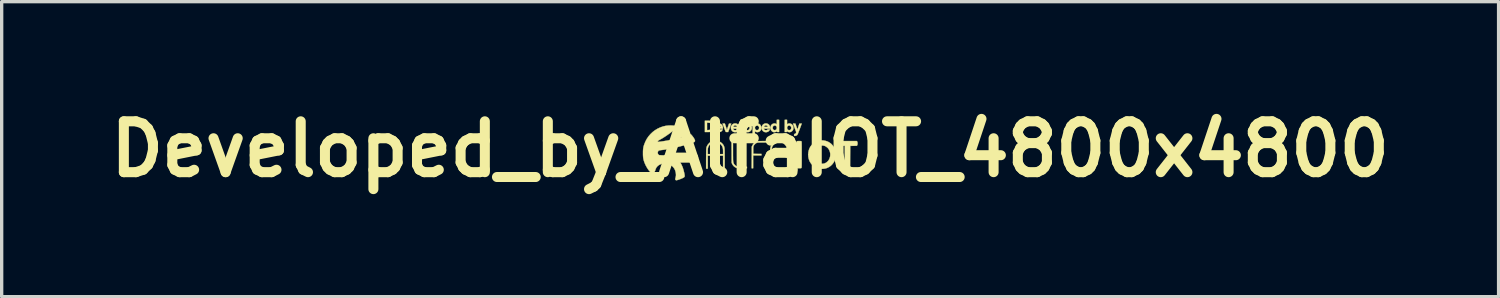
<source format=kicad_pcb>
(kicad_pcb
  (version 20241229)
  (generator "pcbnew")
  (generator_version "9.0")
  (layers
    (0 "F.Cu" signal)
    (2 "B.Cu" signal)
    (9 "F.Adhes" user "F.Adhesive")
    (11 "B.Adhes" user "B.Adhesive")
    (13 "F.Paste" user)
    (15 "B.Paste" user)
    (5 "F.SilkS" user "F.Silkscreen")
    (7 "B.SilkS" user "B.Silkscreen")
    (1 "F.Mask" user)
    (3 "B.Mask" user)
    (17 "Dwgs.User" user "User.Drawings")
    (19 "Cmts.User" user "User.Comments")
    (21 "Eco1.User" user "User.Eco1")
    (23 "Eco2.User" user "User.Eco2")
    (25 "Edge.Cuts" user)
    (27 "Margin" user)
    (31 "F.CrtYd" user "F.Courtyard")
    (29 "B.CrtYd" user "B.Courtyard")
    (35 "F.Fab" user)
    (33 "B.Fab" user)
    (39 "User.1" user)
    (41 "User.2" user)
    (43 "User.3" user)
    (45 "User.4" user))
  (footprint "Developed_by_AlfaIOT_4800x4800"
    (layer "F.Cu")
    (at 19.42 1.418)
    (property "Reference" "Developed_by_AlfaIOT_4800x4800" (at 0 0 0) (layer "F.SilkS") (effects (font (size 1.524 1.524) (thickness 0.3))))
    (attr through_hole)
    (fp_poly (pts (xy -0.228 -0.513) (xy -0.291 -0.513) (xy -0.291 -0.878) (xy -0.228 -0.878) (xy -0.228 -0.513)) (stroke (width 0.01) (type solid)) (fill yes) (layer "F.SilkS"))
    (fp_poly (pts (xy 3.206 -0.229) (xy 3.213 -0.214) (xy 3.217 -0.192) (xy 3.218 -0.168) (xy 3.216 -0.144) (xy 3.211 -0.124) (xy 3.206 -0.115) (xy 3.196 -0.101) (xy 3.097 -0.099) (xy 2.998 -0.098) (xy 2.996 0.237) (xy 2.995 0.572) (xy 2.836 0.572) (xy 2.836 -0.101) (xy 2.641 -0.101) (xy 2.63 -0.114) (xy 2.625 -0.124) (xy 2.621 -0.135) (xy 2.62 -0.152) (xy 2.619 -0.172) (xy 2.62 -0.195) (xy 2.622 -0.211) (xy 2.625 -0.222) (xy 2.63 -0.229) (xy 2.641 -0.243) (xy 3.195 -0.243) (xy 3.206 -0.229)) (stroke (width 0.01) (type solid)) (fill yes) (layer "F.SilkS"))
    (fp_poly (pts (xy -0.726 -0.673) (xy -0.695 -0.58) (xy -0.664 -0.672) (xy -0.632 -0.765) (xy -0.599 -0.766) (xy -0.58 -0.767) (xy -0.57 -0.765) (xy -0.567 -0.762) (xy -0.567 -0.761) (xy -0.569 -0.754) (xy -0.575 -0.738) (xy -0.583 -0.716) (xy -0.593 -0.688) (xy -0.605 -0.656) (xy -0.614 -0.633) (xy -0.659 -0.513) (xy -0.695 -0.513) (xy -0.714 -0.514) (xy -0.725 -0.515) (xy -0.731 -0.519) (xy -0.735 -0.525) (xy -0.736 -0.528) (xy -0.752 -0.569) (xy -0.767 -0.61) (xy -0.782 -0.648) (xy -0.795 -0.683) (xy -0.806 -0.713) (xy -0.815 -0.737) (xy -0.822 -0.755) (xy -0.825 -0.764) (xy -0.826 -0.765) (xy -0.821 -0.766) (xy -0.808 -0.767) (xy -0.792 -0.767) (xy -0.758 -0.767) (xy -0.726 -0.673)) (stroke (width 0.01) (type solid)) (fill yes) (layer "F.SilkS"))
    (fp_poly (pts (xy -0.513 0.052) (xy -0.513 0.125) (xy -0.513 0.19) (xy -0.512 0.246) (xy -0.512 0.293) (xy -0.511 0.33) (xy -0.509 0.358) (xy -0.508 0.375) (xy -0.508 0.379) (xy -0.495 0.422) (xy -0.474 0.458) (xy -0.445 0.487) (xy -0.409 0.509) (xy -0.366 0.523) (xy -0.366 0.523) (xy -0.352 0.525) (xy -0.329 0.527) (xy -0.299 0.528) (xy -0.263 0.529) (xy -0.224 0.529) (xy -0.217 0.529) (xy -0.095 0.529) (xy -0.095 0.572) (xy -0.237 0.571) (xy -0.287 0.571) (xy -0.328 0.57) (xy -0.36 0.569) (xy -0.382 0.567) (xy -0.397 0.565) (xy -0.4 0.564) (xy -0.445 0.545) (xy -0.483 0.517) (xy -0.515 0.481) (xy -0.536 0.446) (xy -0.553 0.41) (xy -0.554 0.083) (xy -0.556 -0.243) (xy -0.513 -0.243) (xy -0.513 0.052)) (stroke (width 0.01) (type solid)) (fill yes) (layer "F.SilkS"))
    (fp_poly (pts (xy 0.513 -0.202) (xy 0.366 -0.2) (xy 0.323 -0.2) (xy 0.289 -0.199) (xy 0.262 -0.198) (xy 0.242 -0.197) (xy 0.227 -0.196) (xy 0.216 -0.194) (xy 0.207 -0.192) (xy 0.198 -0.189) (xy 0.192 -0.186) (xy 0.166 -0.17) (xy 0.14 -0.147) (xy 0.118 -0.121) (xy 0.103 -0.094) (xy 0.103 -0.093) (xy 0.099 -0.082) (xy 0.097 -0.07) (xy 0.095 -0.056) (xy 0.093 -0.037) (xy 0.093 -0.011) (xy 0.093 0.022) (xy 0.093 0.037) (xy 0.093 0.14) (xy 0.216 0.142) (xy 0.339 0.143) (xy 0.339 0.185) (xy 0.09 0.185) (xy 0.09 0.572) (xy 0.047 0.572) (xy 0.049 0.247) (xy 0.05 -0.077) (xy 0.07 -0.117) (xy 0.096 -0.159) (xy 0.129 -0.193) (xy 0.17 -0.219) (xy 0.179 -0.224) (xy 0.214 -0.241) (xy 0.513 -0.244) (xy 0.513 -0.202)) (stroke (width 0.01) (type solid)) (fill yes) (layer "F.SilkS"))
    (fp_poly (pts (xy -1.231 -0.851) (xy -1.196 -0.847) (xy -1.167 -0.841) (xy -1.144 -0.831) (xy -1.126 -0.816) (xy -1.11 -0.796) (xy -1.101 -0.782) (xy -1.086 -0.746) (xy -1.078 -0.708) (xy -1.077 -0.669) (xy -1.083 -0.631) (xy -1.095 -0.596) (xy -1.113 -0.566) (xy -1.137 -0.543) (xy -1.142 -0.539) (xy -1.158 -0.53) (xy -1.174 -0.523) (xy -1.191 -0.518) (xy -1.212 -0.515) (xy -1.239 -0.514) (xy -1.274 -0.513) (xy -1.279 -0.513) (xy -1.355 -0.513) (xy -1.355 -0.57) (xy -1.291 -0.57) (xy -1.246 -0.573) (xy -1.215 -0.577) (xy -1.193 -0.582) (xy -1.184 -0.586) (xy -1.167 -0.6) (xy -1.155 -0.621) (xy -1.148 -0.648) (xy -1.146 -0.684) (xy -1.146 -0.685) (xy -1.148 -0.721) (xy -1.155 -0.748) (xy -1.168 -0.768) (xy -1.188 -0.781) (xy -1.216 -0.789) (xy -1.246 -0.792) (xy -1.291 -0.795) (xy -1.291 -0.57) (xy -1.355 -0.57) (xy -1.355 -0.852) (xy -1.276 -0.852) (xy -1.231 -0.851)) (stroke (width 0.01) (type solid)) (fill yes) (layer "F.SilkS"))
    (fp_poly (pts (xy -0.026 -0.761) (xy -0.009 -0.751) (xy 0.018 -0.729) (xy 0.037 -0.7) (xy 0.048 -0.668) (xy 0.052 -0.635) (xy 0.046 -0.602) (xy 0.033 -0.57) (xy 0.01 -0.543) (xy 0.007 -0.54) (xy -0.023 -0.519) (xy -0.057 -0.509) (xy -0.091 -0.509) (xy -0.127 -0.519) (xy -0.13 -0.521) (xy -0.16 -0.54) (xy -0.182 -0.566) (xy -0.196 -0.599) (xy -0.201 -0.637) (xy -0.201 -0.637) (xy -0.138 -0.637) (xy -0.133 -0.614) (xy -0.121 -0.592) (xy -0.105 -0.577) (xy -0.083 -0.568) (xy -0.061 -0.571) (xy -0.04 -0.583) (xy -0.035 -0.587) (xy -0.022 -0.607) (xy -0.016 -0.631) (xy -0.017 -0.656) (xy -0.026 -0.68) (xy -0.04 -0.698) (xy -0.041 -0.699) (xy -0.059 -0.707) (xy -0.08 -0.709) (xy -0.101 -0.705) (xy -0.108 -0.701) (xy -0.119 -0.689) (xy -0.129 -0.671) (xy -0.136 -0.651) (xy -0.138 -0.637) (xy -0.201 -0.637) (xy -0.201 -0.641) (xy -0.197 -0.676) (xy -0.186 -0.705) (xy -0.166 -0.731) (xy -0.157 -0.739) (xy -0.126 -0.76) (xy -0.093 -0.77) (xy -0.06 -0.77) (xy -0.026 -0.761)) (stroke (width 0.01) (type solid)) (fill yes) (layer "F.SilkS"))
    (fp_poly (pts (xy 0.246 -0.767) (xy 0.276 -0.754) (xy 0.3 -0.735) (xy 0.316 -0.711) (xy 0.327 -0.681) (xy 0.333 -0.648) (xy 0.333 -0.615) (xy 0.327 -0.587) (xy 0.326 -0.585) (xy 0.309 -0.555) (xy 0.285 -0.532) (xy 0.257 -0.517) (xy 0.226 -0.509) (xy 0.195 -0.511) (xy 0.168 -0.521) (xy 0.143 -0.533) (xy 0.143 -0.402) (xy 0.074 -0.402) (xy 0.075 -0.583) (xy 0.076 -0.648) (xy 0.144 -0.648) (xy 0.145 -0.624) (xy 0.154 -0.601) (xy 0.169 -0.583) (xy 0.19 -0.571) (xy 0.193 -0.57) (xy 0.213 -0.57) (xy 0.234 -0.576) (xy 0.242 -0.581) (xy 0.257 -0.596) (xy 0.266 -0.618) (xy 0.269 -0.642) (xy 0.265 -0.665) (xy 0.262 -0.672) (xy 0.246 -0.693) (xy 0.226 -0.705) (xy 0.205 -0.709) (xy 0.183 -0.704) (xy 0.164 -0.69) (xy 0.151 -0.672) (xy 0.144 -0.648) (xy 0.076 -0.648) (xy 0.077 -0.765) (xy 0.107 -0.766) (xy 0.124 -0.767) (xy 0.133 -0.766) (xy 0.137 -0.762) (xy 0.138 -0.755) (xy 0.138 -0.74) (xy 0.152 -0.75) (xy 0.182 -0.765) (xy 0.214 -0.77) (xy 0.246 -0.767)) (stroke (width 0.01) (type solid)) (fill yes) (layer "F.SilkS"))
    (fp_poly (pts (xy 0.868 -0.513) (xy 0.836 -0.513) (xy 0.818 -0.514) (xy 0.809 -0.515) (xy 0.805 -0.519) (xy 0.804 -0.524) (xy 0.803 -0.532) (xy 0.8 -0.534) (xy 0.791 -0.529) (xy 0.783 -0.523) (xy 0.765 -0.515) (xy 0.742 -0.51) (xy 0.717 -0.509) (xy 0.694 -0.512) (xy 0.685 -0.515) (xy 0.657 -0.533) (xy 0.633 -0.558) (xy 0.619 -0.583) (xy 0.61 -0.617) (xy 0.609 -0.64) (xy 0.674 -0.64) (xy 0.679 -0.613) (xy 0.68 -0.611) (xy 0.693 -0.588) (xy 0.712 -0.574) (xy 0.733 -0.569) (xy 0.757 -0.573) (xy 0.771 -0.58) (xy 0.787 -0.596) (xy 0.796 -0.62) (xy 0.798 -0.647) (xy 0.795 -0.666) (xy 0.788 -0.679) (xy 0.775 -0.692) (xy 0.762 -0.703) (xy 0.752 -0.708) (xy 0.739 -0.708) (xy 0.731 -0.708) (xy 0.707 -0.7) (xy 0.689 -0.685) (xy 0.677 -0.665) (xy 0.674 -0.64) (xy 0.609 -0.64) (xy 0.609 -0.652) (xy 0.616 -0.687) (xy 0.627 -0.712) (xy 0.649 -0.739) (xy 0.676 -0.758) (xy 0.706 -0.768) (xy 0.738 -0.77) (xy 0.769 -0.762) (xy 0.777 -0.758) (xy 0.799 -0.746) (xy 0.799 -0.878) (xy 0.868 -0.878) (xy 0.868 -0.513)) (stroke (width 0.01) (type solid)) (fill yes) (layer "F.SilkS"))
    (fp_poly (pts (xy 1.321 -0.766) (xy 1.321 -0.766) (xy 1.356 -0.765) (xy 1.386 -0.675) (xy 1.417 -0.585) (xy 1.446 -0.675) (xy 1.476 -0.765) (xy 1.51 -0.766) (xy 1.528 -0.767) (xy 1.541 -0.766) (xy 1.545 -0.765) (xy 1.543 -0.759) (xy 1.538 -0.744) (xy 1.53 -0.723) (xy 1.52 -0.696) (xy 1.509 -0.665) (xy 1.496 -0.631) (xy 1.483 -0.596) (xy 1.47 -0.562) (xy 1.457 -0.529) (xy 1.446 -0.5) (xy 1.436 -0.475) (xy 1.429 -0.457) (xy 1.424 -0.446) (xy 1.423 -0.444) (xy 1.407 -0.421) (xy 1.384 -0.406) (xy 1.355 -0.398) (xy 1.348 -0.398) (xy 1.318 -0.396) (xy 1.318 -0.425) (xy 1.318 -0.442) (xy 1.32 -0.451) (xy 1.324 -0.455) (xy 1.328 -0.455) (xy 1.349 -0.46) (xy 1.366 -0.474) (xy 1.372 -0.485) (xy 1.378 -0.498) (xy 1.381 -0.507) (xy 1.381 -0.508) (xy 1.379 -0.514) (xy 1.374 -0.529) (xy 1.366 -0.551) (xy 1.356 -0.578) (xy 1.344 -0.61) (xy 1.333 -0.638) (xy 1.321 -0.672) (xy 1.309 -0.703) (xy 1.299 -0.729) (xy 1.292 -0.749) (xy 1.287 -0.762) (xy 1.286 -0.765) (xy 1.291 -0.766) (xy 1.303 -0.767) (xy 1.321 -0.766)) (stroke (width 0.01) (type solid)) (fill yes) (layer "F.SilkS"))
    (fp_poly (pts (xy 1.106 -0.746) (xy 1.128 -0.758) (xy 1.159 -0.769) (xy 1.191 -0.769) (xy 1.222 -0.761) (xy 1.25 -0.744) (xy 1.273 -0.719) (xy 1.278 -0.712) (xy 1.287 -0.695) (xy 1.292 -0.678) (xy 1.295 -0.657) (xy 1.296 -0.648) (xy 1.296 -0.617) (xy 1.291 -0.592) (xy 1.281 -0.57) (xy 1.266 -0.55) (xy 1.24 -0.527) (xy 1.21 -0.513) (xy 1.178 -0.508) (xy 1.146 -0.514) (xy 1.129 -0.521) (xy 1.115 -0.528) (xy 1.105 -0.533) (xy 1.102 -0.534) (xy 1.101 -0.53) (xy 1.101 -0.524) (xy 1.1 -0.518) (xy 1.094 -0.515) (xy 1.083 -0.513) (xy 1.069 -0.513) (xy 1.037 -0.513) (xy 1.037 -0.632) (xy 1.107 -0.632) (xy 1.107 -0.631) (xy 1.115 -0.605) (xy 1.129 -0.585) (xy 1.148 -0.573) (xy 1.17 -0.569) (xy 1.194 -0.574) (xy 1.206 -0.58) (xy 1.22 -0.595) (xy 1.229 -0.617) (xy 1.232 -0.64) (xy 1.229 -0.664) (xy 1.225 -0.672) (xy 1.21 -0.692) (xy 1.191 -0.704) (xy 1.171 -0.709) (xy 1.15 -0.705) (xy 1.132 -0.695) (xy 1.118 -0.68) (xy 1.109 -0.658) (xy 1.107 -0.632) (xy 1.037 -0.632) (xy 1.037 -0.878) (xy 1.106 -0.878) (xy 1.106 -0.746)) (stroke (width 0.01) (type solid)) (fill yes) (layer "F.SilkS"))
    (fp_poly (pts (xy -0.911 -0.768) (xy -0.877 -0.755) (xy -0.867 -0.748) (xy -0.843 -0.727) (xy -0.827 -0.698) (xy -0.817 -0.663) (xy -0.816 -0.65) (xy -0.813 -0.614) (xy -1.006 -0.614) (xy -0.998 -0.598) (xy -0.983 -0.581) (xy -0.964 -0.571) (xy -0.941 -0.567) (xy -0.918 -0.57) (xy -0.899 -0.58) (xy -0.898 -0.581) (xy -0.888 -0.588) (xy -0.875 -0.592) (xy -0.856 -0.593) (xy -0.853 -0.593) (xy -0.836 -0.592) (xy -0.824 -0.59) (xy -0.82 -0.588) (xy -0.823 -0.582) (xy -0.83 -0.57) (xy -0.835 -0.56) (xy -0.856 -0.537) (xy -0.883 -0.52) (xy -0.914 -0.51) (xy -0.947 -0.508) (xy -0.98 -0.513) (xy -0.992 -0.518) (xy -1.023 -0.537) (xy -1.047 -0.564) (xy -1.062 -0.596) (xy -1.069 -0.633) (xy -1.069 -0.638) (xy -1.064 -0.672) (xy -1 -0.672) (xy -0.995 -0.67) (xy -0.981 -0.668) (xy -0.959 -0.667) (xy -0.939 -0.667) (xy -0.878 -0.667) (xy -0.886 -0.682) (xy -0.9 -0.698) (xy -0.919 -0.709) (xy -0.942 -0.713) (xy -0.952 -0.712) (xy -0.966 -0.707) (xy -0.981 -0.697) (xy -0.993 -0.686) (xy -1 -0.675) (xy -1 -0.672) (xy -1.064 -0.672) (xy -1.064 -0.675) (xy -1.051 -0.707) (xy -1.031 -0.733) (xy -1.006 -0.753) (xy -0.976 -0.766) (xy -0.944 -0.771) (xy -0.911 -0.768)) (stroke (width 0.01) (type solid)) (fill yes) (layer "F.SilkS"))
    (fp_poly (pts (xy -0.419 -0.768) (xy -0.385 -0.755) (xy -0.375 -0.748) (xy -0.351 -0.727) (xy -0.335 -0.698) (xy -0.325 -0.663) (xy -0.324 -0.65) (xy -0.321 -0.614) (xy -0.514 -0.614) (xy -0.505 -0.598) (xy -0.491 -0.581) (xy -0.471 -0.571) (xy -0.449 -0.567) (xy -0.426 -0.57) (xy -0.407 -0.58) (xy -0.405 -0.581) (xy -0.396 -0.588) (xy -0.383 -0.592) (xy -0.364 -0.593) (xy -0.361 -0.593) (xy -0.344 -0.592) (xy -0.332 -0.59) (xy -0.328 -0.588) (xy -0.331 -0.582) (xy -0.337 -0.57) (xy -0.343 -0.56) (xy -0.364 -0.537) (xy -0.391 -0.52) (xy -0.422 -0.51) (xy -0.455 -0.508) (xy -0.488 -0.513) (xy -0.5 -0.518) (xy -0.531 -0.537) (xy -0.555 -0.564) (xy -0.57 -0.596) (xy -0.576 -0.633) (xy -0.577 -0.638) (xy -0.572 -0.672) (xy -0.508 -0.672) (xy -0.503 -0.67) (xy -0.489 -0.668) (xy -0.467 -0.667) (xy -0.447 -0.667) (xy -0.386 -0.667) (xy -0.394 -0.682) (xy -0.407 -0.698) (xy -0.427 -0.709) (xy -0.45 -0.713) (xy -0.46 -0.712) (xy -0.474 -0.707) (xy -0.489 -0.697) (xy -0.501 -0.686) (xy -0.508 -0.675) (xy -0.508 -0.672) (xy -0.572 -0.672) (xy -0.572 -0.675) (xy -0.559 -0.707) (xy -0.539 -0.733) (xy -0.514 -0.753) (xy -0.484 -0.766) (xy -0.452 -0.771) (xy -0.419 -0.768)) (stroke (width 0.01) (type solid)) (fill yes) (layer "F.SilkS"))
    (fp_poly (pts (xy 0.502 -0.768) (xy 0.536 -0.755) (xy 0.546 -0.748) (xy 0.57 -0.727) (xy 0.586 -0.698) (xy 0.595 -0.663) (xy 0.597 -0.65) (xy 0.599 -0.614) (xy 0.407 -0.614) (xy 0.415 -0.598) (xy 0.429 -0.581) (xy 0.449 -0.571) (xy 0.472 -0.567) (xy 0.495 -0.57) (xy 0.514 -0.58) (xy 0.515 -0.581) (xy 0.525 -0.588) (xy 0.538 -0.592) (xy 0.557 -0.593) (xy 0.56 -0.593) (xy 0.577 -0.592) (xy 0.589 -0.59) (xy 0.593 -0.588) (xy 0.59 -0.582) (xy 0.583 -0.57) (xy 0.577 -0.56) (xy 0.557 -0.537) (xy 0.53 -0.52) (xy 0.498 -0.51) (xy 0.465 -0.508) (xy 0.433 -0.513) (xy 0.421 -0.518) (xy 0.39 -0.537) (xy 0.366 -0.564) (xy 0.35 -0.596) (xy 0.344 -0.633) (xy 0.344 -0.638) (xy 0.348 -0.672) (xy 0.413 -0.672) (xy 0.418 -0.67) (xy 0.432 -0.668) (xy 0.454 -0.667) (xy 0.474 -0.667) (xy 0.535 -0.667) (xy 0.527 -0.682) (xy 0.513 -0.698) (xy 0.493 -0.709) (xy 0.471 -0.713) (xy 0.461 -0.712) (xy 0.447 -0.707) (xy 0.432 -0.697) (xy 0.42 -0.686) (xy 0.413 -0.675) (xy 0.413 -0.672) (xy 0.348 -0.672) (xy 0.349 -0.675) (xy 0.362 -0.707) (xy 0.382 -0.733) (xy 0.407 -0.753) (xy 0.436 -0.766) (xy 0.469 -0.771) (xy 0.502 -0.768)) (stroke (width 0.01) (type solid)) (fill yes) (layer "F.SilkS"))
    (fp_poly (pts (xy 0.928 -0.251) (xy 0.949 -0.246) (xy 0.998 -0.228) (xy 1.042 -0.202) (xy 1.08 -0.169) (xy 1.11 -0.13) (xy 1.133 -0.086) (xy 1.147 -0.038) (xy 1.148 -0.029) (xy 1.149 -0.017) (xy 1.15 0.005) (xy 1.151 0.036) (xy 1.152 0.073) (xy 1.152 0.117) (xy 1.153 0.165) (xy 1.153 0.218) (xy 1.153 0.273) (xy 1.153 0.295) (xy 1.154 0.582) (xy 1.106 0.582) (xy 1.106 0.196) (xy 0.646 0.196) (xy 0.646 0.582) (xy 0.598 0.582) (xy 0.598 0.29) (xy 0.598 0.222) (xy 0.598 0.164) (xy 0.599 0.114) (xy 0.599 0.073) (xy 0.599 0.067) (xy 0.646 0.067) (xy 0.646 0.148) (xy 1.106 0.148) (xy 1.106 0.073) (xy 1.105 0.024) (xy 1.101 -0.015) (xy 1.094 -0.049) (xy 1.083 -0.078) (xy 1.067 -0.104) (xy 1.046 -0.13) (xy 1.038 -0.139) (xy 1.003 -0.169) (xy 0.963 -0.19) (xy 0.921 -0.204) (xy 0.877 -0.208) (xy 0.833 -0.205) (xy 0.791 -0.194) (xy 0.751 -0.175) (xy 0.716 -0.149) (xy 0.687 -0.114) (xy 0.679 -0.102) (xy 0.666 -0.078) (xy 0.657 -0.054) (xy 0.651 -0.028) (xy 0.647 0.003) (xy 0.646 0.041) (xy 0.646 0.067) (xy 0.599 0.067) (xy 0.6 0.038) (xy 0.601 0.009) (xy 0.603 -0.015) (xy 0.606 -0.034) (xy 0.609 -0.051) (xy 0.612 -0.065) (xy 0.617 -0.078) (xy 0.622 -0.09) (xy 0.628 -0.103) (xy 0.63 -0.106) (xy 0.647 -0.134) (xy 0.671 -0.163) (xy 0.698 -0.19) (xy 0.726 -0.212) (xy 0.744 -0.223) (xy 0.785 -0.24) (xy 0.832 -0.251) (xy 0.88 -0.254) (xy 0.928 -0.251)) (stroke (width 0.01) (type solid)) (fill yes) (layer "F.SilkS"))
    (fp_poly (pts (xy 1.495 -0.243) (xy 1.513 -0.242) (xy 1.525 -0.24) (xy 1.532 -0.237) (xy 1.536 -0.234) (xy 1.538 -0.231) (xy 1.54 -0.227) (xy 1.541 -0.221) (xy 1.542 -0.211) (xy 1.543 -0.198) (xy 1.543 -0.18) (xy 1.544 -0.157) (xy 1.544 -0.128) (xy 1.545 -0.093) (xy 1.545 -0.05) (xy 1.545 0.001) (xy 1.545 0.061) (xy 1.545 0.13) (xy 1.545 0.165) (xy 1.545 0.239) (xy 1.545 0.302) (xy 1.545 0.357) (xy 1.545 0.403) (xy 1.545 0.441) (xy 1.544 0.473) (xy 1.544 0.498) (xy 1.543 0.518) (xy 1.542 0.533) (xy 1.542 0.544) (xy 1.54 0.552) (xy 1.539 0.557) (xy 1.537 0.56) (xy 1.536 0.563) (xy 1.535 0.563) (xy 1.529 0.567) (xy 1.519 0.569) (xy 1.502 0.571) (xy 1.478 0.571) (xy 1.468 0.571) (xy 1.444 0.571) (xy 1.424 0.57) (xy 1.41 0.569) (xy 1.404 0.567) (xy 1.401 0.565) (xy 1.398 0.561) (xy 1.396 0.557) (xy 1.393 0.549) (xy 1.392 0.539) (xy 1.39 0.525) (xy 1.389 0.507) (xy 1.388 0.483) (xy 1.388 0.453) (xy 1.387 0.417) (xy 1.387 0.373) (xy 1.387 0.322) (xy 1.386 0.261) (xy 1.386 0.191) (xy 1.386 0.164) (xy 1.386 0.09) (xy 1.386 0.026) (xy 1.387 -0.028) (xy 1.387 -0.075) (xy 1.387 -0.114) (xy 1.388 -0.145) (xy 1.389 -0.171) (xy 1.39 -0.191) (xy 1.391 -0.207) (xy 1.393 -0.218) (xy 1.395 -0.226) (xy 1.397 -0.232) (xy 1.4 -0.236) (xy 1.403 -0.239) (xy 1.404 -0.239) (xy 1.412 -0.241) (xy 1.427 -0.242) (xy 1.449 -0.243) (xy 1.469 -0.243) (xy 1.495 -0.243)) (stroke (width 0.01) (type solid)) (fill yes) (layer "F.SilkS"))
    (fp_poly (pts (xy -0.988 -0.251) (xy -0.967 -0.246) (xy -0.921 -0.23) (xy -0.878 -0.205) (xy -0.841 -0.175) (xy -0.81 -0.139) (xy -0.792 -0.109) (xy -0.786 -0.096) (xy -0.781 -0.084) (xy -0.776 -0.071) (xy -0.773 -0.058) (xy -0.77 -0.042) (xy -0.767 -0.022) (xy -0.766 0.001) (xy -0.764 0.029) (xy -0.763 0.063) (xy -0.763 0.104) (xy -0.762 0.152) (xy -0.762 0.209) (xy -0.762 0.276) (xy -0.762 0.287) (xy -0.762 0.582) (xy -0.81 0.582) (xy -0.81 0.196) (xy -1.27 0.196) (xy -1.27 0.582) (xy -1.318 0.582) (xy -1.318 0.29) (xy -1.317 0.222) (xy -1.317 0.163) (xy -1.317 0.113) (xy -1.316 0.072) (xy -1.316 0.067) (xy -1.27 0.067) (xy -1.27 0.148) (xy -0.81 0.148) (xy -0.81 0.073) (xy -0.811 0.024) (xy -0.815 -0.015) (xy -0.822 -0.049) (xy -0.833 -0.078) (xy -0.848 -0.104) (xy -0.869 -0.13) (xy -0.877 -0.139) (xy -0.913 -0.169) (xy -0.953 -0.191) (xy -0.995 -0.204) (xy -1.039 -0.209) (xy -1.083 -0.205) (xy -1.125 -0.194) (xy -1.164 -0.175) (xy -1.199 -0.148) (xy -1.228 -0.114) (xy -1.238 -0.099) (xy -1.249 -0.076) (xy -1.258 -0.054) (xy -1.264 -0.03) (xy -1.268 -0.003) (xy -1.27 0.031) (xy -1.27 0.067) (xy -1.316 0.067) (xy -1.315 0.037) (xy -1.314 0.008) (xy -1.312 -0.016) (xy -1.31 -0.036) (xy -1.307 -0.052) (xy -1.303 -0.066) (xy -1.298 -0.079) (xy -1.293 -0.091) (xy -1.287 -0.104) (xy -1.285 -0.107) (xy -1.268 -0.134) (xy -1.245 -0.161) (xy -1.219 -0.188) (xy -1.192 -0.21) (xy -1.172 -0.223) (xy -1.13 -0.24) (xy -1.084 -0.251) (xy -1.035 -0.254) (xy -0.988 -0.251)) (stroke (width 0.01) (type solid)) (fill yes) (layer "F.SilkS"))
    (fp_poly (pts (xy 2.203 -0.26) (xy 2.269 -0.246) (xy 2.331 -0.224) (xy 2.386 -0.192) (xy 2.436 -0.153) (xy 2.478 -0.106) (xy 2.514 -0.052) (xy 2.542 0.009) (xy 2.552 0.041) (xy 2.558 0.07) (xy 2.562 0.106) (xy 2.564 0.147) (xy 2.564 0.188) (xy 2.562 0.228) (xy 2.558 0.262) (xy 2.554 0.28) (xy 2.532 0.343) (xy 2.501 0.4) (xy 2.463 0.451) (xy 2.419 0.495) (xy 2.368 0.532) (xy 2.313 0.56) (xy 2.262 0.577) (xy 2.224 0.584) (xy 2.182 0.589) (xy 2.14 0.59) (xy 2.102 0.588) (xy 2.091 0.587) (xy 2.027 0.572) (xy 1.967 0.548) (xy 1.913 0.515) (xy 1.864 0.474) (xy 1.821 0.426) (xy 1.787 0.371) (xy 1.775 0.346) (xy 1.755 0.289) (xy 1.743 0.226) (xy 1.739 0.164) (xy 1.905 0.164) (xy 1.91 0.219) (xy 1.923 0.271) (xy 1.945 0.317) (xy 1.975 0.358) (xy 2.012 0.392) (xy 2.056 0.418) (xy 2.077 0.427) (xy 2.116 0.436) (xy 2.159 0.439) (xy 2.202 0.434) (xy 2.224 0.429) (xy 2.267 0.41) (xy 2.305 0.383) (xy 2.338 0.35) (xy 2.364 0.311) (xy 2.383 0.267) (xy 2.396 0.221) (xy 2.401 0.172) (xy 2.399 0.123) (xy 2.388 0.074) (xy 2.37 0.028) (xy 2.35 -0.005) (xy 2.327 -0.034) (xy 2.297 -0.06) (xy 2.266 -0.082) (xy 2.239 -0.096) (xy 2.205 -0.105) (xy 2.168 -0.11) (xy 2.13 -0.11) (xy 2.095 -0.105) (xy 2.083 -0.101) (xy 2.036 -0.079) (xy 1.995 -0.049) (xy 1.96 -0.011) (xy 1.933 0.034) (xy 1.914 0.084) (xy 1.913 0.088) (xy 1.909 0.109) (xy 1.906 0.134) (xy 1.905 0.161) (xy 1.905 0.164) (xy 1.739 0.164) (xy 1.739 0.162) (xy 1.744 0.097) (xy 1.757 0.035) (xy 1.777 -0.023) (xy 1.778 -0.024) (xy 1.806 -0.076) (xy 1.844 -0.124) (xy 1.887 -0.167) (xy 1.935 -0.203) (xy 1.943 -0.208) (xy 1.992 -0.232) (xy 2.048 -0.249) (xy 2.106 -0.26) (xy 2.165 -0.263) (xy 2.203 -0.26)) (stroke (width 0.01) (type solid)) (fill yes) (layer "F.SilkS"))
    (fp_poly (pts (xy -2.304 -0.706) (xy -2.231 -0.697) (xy -2.194 -0.69) (xy -2.156 -0.681) (xy -2.188 -0.652) (xy -2.257 -0.592) (xy -2.332 -0.532) (xy -2.41 -0.473) (xy -2.489 -0.417) (xy -2.567 -0.365) (xy -2.642 -0.318) (xy -2.7 -0.286) (xy -2.73 -0.269) (xy -2.751 -0.256) (xy -2.763 -0.246) (xy -2.768 -0.237) (xy -2.766 -0.229) (xy -2.76 -0.222) (xy -2.755 -0.22) (xy -2.747 -0.219) (xy -2.734 -0.22) (xy -2.715 -0.222) (xy -2.688 -0.225) (xy -2.652 -0.23) (xy -2.65 -0.23) (xy -2.487 -0.256) (xy -2.329 -0.286) (xy -2.176 -0.321) (xy -2.03 -0.359) (xy -1.893 -0.402) (xy -1.864 -0.412) (xy -1.773 -0.443) (xy -1.758 -0.427) (xy -1.734 -0.399) (xy -1.711 -0.369) (xy -1.69 -0.339) (xy -1.673 -0.31) (xy -1.66 -0.285) (xy -1.652 -0.264) (xy -1.651 -0.254) (xy -1.652 -0.24) (xy -1.657 -0.228) (xy -1.667 -0.218) (xy -1.683 -0.208) (xy -1.707 -0.198) (xy -1.739 -0.187) (xy -1.749 -0.183) (xy -1.842 -0.154) (xy -1.939 -0.126) (xy -2.039 -0.099) (xy -2.14 -0.073) (xy -2.24 -0.049) (xy -2.338 -0.028) (xy -2.432 -0.009) (xy -2.52 0.007) (xy -2.602 0.02) (xy -2.659 0.027) (xy -2.692 0.031) (xy -2.717 0.036) (xy -2.734 0.042) (xy -2.746 0.051) (xy -2.754 0.06) (xy -2.766 0.087) (xy -2.768 0.114) (xy -2.761 0.14) (xy -2.746 0.163) (xy -2.728 0.176) (xy -2.719 0.179) (xy -2.699 0.181) (xy -2.669 0.182) (xy -2.628 0.184) (xy -2.577 0.185) (xy -2.559 0.186) (xy -2.513 0.187) (xy -2.477 0.188) (xy -2.448 0.188) (xy -2.425 0.19) (xy -2.407 0.191) (xy -2.393 0.193) (xy -2.38 0.196) (xy -2.367 0.199) (xy -2.354 0.203) (xy -2.353 0.203) (xy -2.289 0.227) (xy -2.23 0.26) (xy -2.177 0.301) (xy -2.129 0.35) (xy -2.087 0.407) (xy -2.051 0.474) (xy -2.019 0.549) (xy -1.993 0.634) (xy -1.973 0.717) (xy -1.966 0.753) (xy -1.962 0.781) (xy -1.96 0.802) (xy -1.962 0.817) (xy -1.967 0.829) (xy -1.975 0.838) (xy -1.984 0.846) (xy -2.001 0.856) (xy -2.025 0.868) (xy -2.054 0.881) (xy -2.086 0.894) (xy -2.119 0.906) (xy -2.15 0.916) (xy -2.178 0.925) (xy -2.2 0.93) (xy -2.213 0.931) (xy -2.223 0.928) (xy -2.234 0.92) (xy -2.24 0.912) (xy -2.242 0.902) (xy -2.242 0.888) (xy -2.237 0.868) (xy -2.23 0.841) (xy -2.222 0.796) (xy -2.222 0.747) (xy -2.229 0.695) (xy -2.243 0.644) (xy -2.263 0.597) (xy -2.267 0.59) (xy -2.299 0.544) (xy -2.338 0.504) (xy -2.382 0.473) (xy -2.43 0.449) (xy -2.482 0.433) (xy -2.535 0.425) (xy -2.59 0.427) (xy -2.644 0.437) (xy -2.696 0.457) (xy -2.737 0.48) (xy -2.776 0.511) (xy -2.806 0.548) (xy -2.828 0.591) (xy -2.839 0.625) (xy -2.846 0.645) (xy -2.854 0.664) (xy -2.86 0.675) (xy -2.881 0.695) (xy -2.907 0.706) (xy -2.936 0.709) (xy -2.964 0.702) (xy -2.965 0.702) (xy -2.983 0.69) (xy -3.005 0.67) (xy -3.028 0.643) (xy -3.053 0.61) (xy -3.078 0.573) (xy -3.102 0.532) (xy -3.125 0.49) (xy -3.145 0.448) (xy -3.162 0.407) (xy -3.17 0.386) (xy -3.183 0.347) (xy -3.192 0.313) (xy -3.199 0.28) (xy -3.204 0.248) (xy -3.207 0.212) (xy -3.209 0.17) (xy -3.209 0.121) (xy -3.209 0.119) (xy -3.209 0.069) (xy -3.207 0.027) (xy -3.204 -0.009) (xy -3.199 -0.041) (xy -3.193 -0.073) (xy -3.183 -0.107) (xy -3.172 -0.141) (xy -3.138 -0.226) (xy -3.096 -0.306) (xy -3.045 -0.381) (xy -2.986 -0.45) (xy -2.921 -0.512) (xy -2.85 -0.566) (xy -2.773 -0.613) (xy -2.691 -0.651) (xy -2.606 -0.681) (xy -2.525 -0.699) (xy -2.455 -0.707) (xy -2.38 -0.71) (xy -2.304 -0.706)) (stroke (width 0.01) (type solid)) (fill yes) (layer "F.SilkS")))
  (gr_rect
    (start -3 -3)
    (end 41.84 5.836)
    (stroke (width 0.1) (type default))
    (fill no)
    (layer "Edge.Cuts")))
</source>
